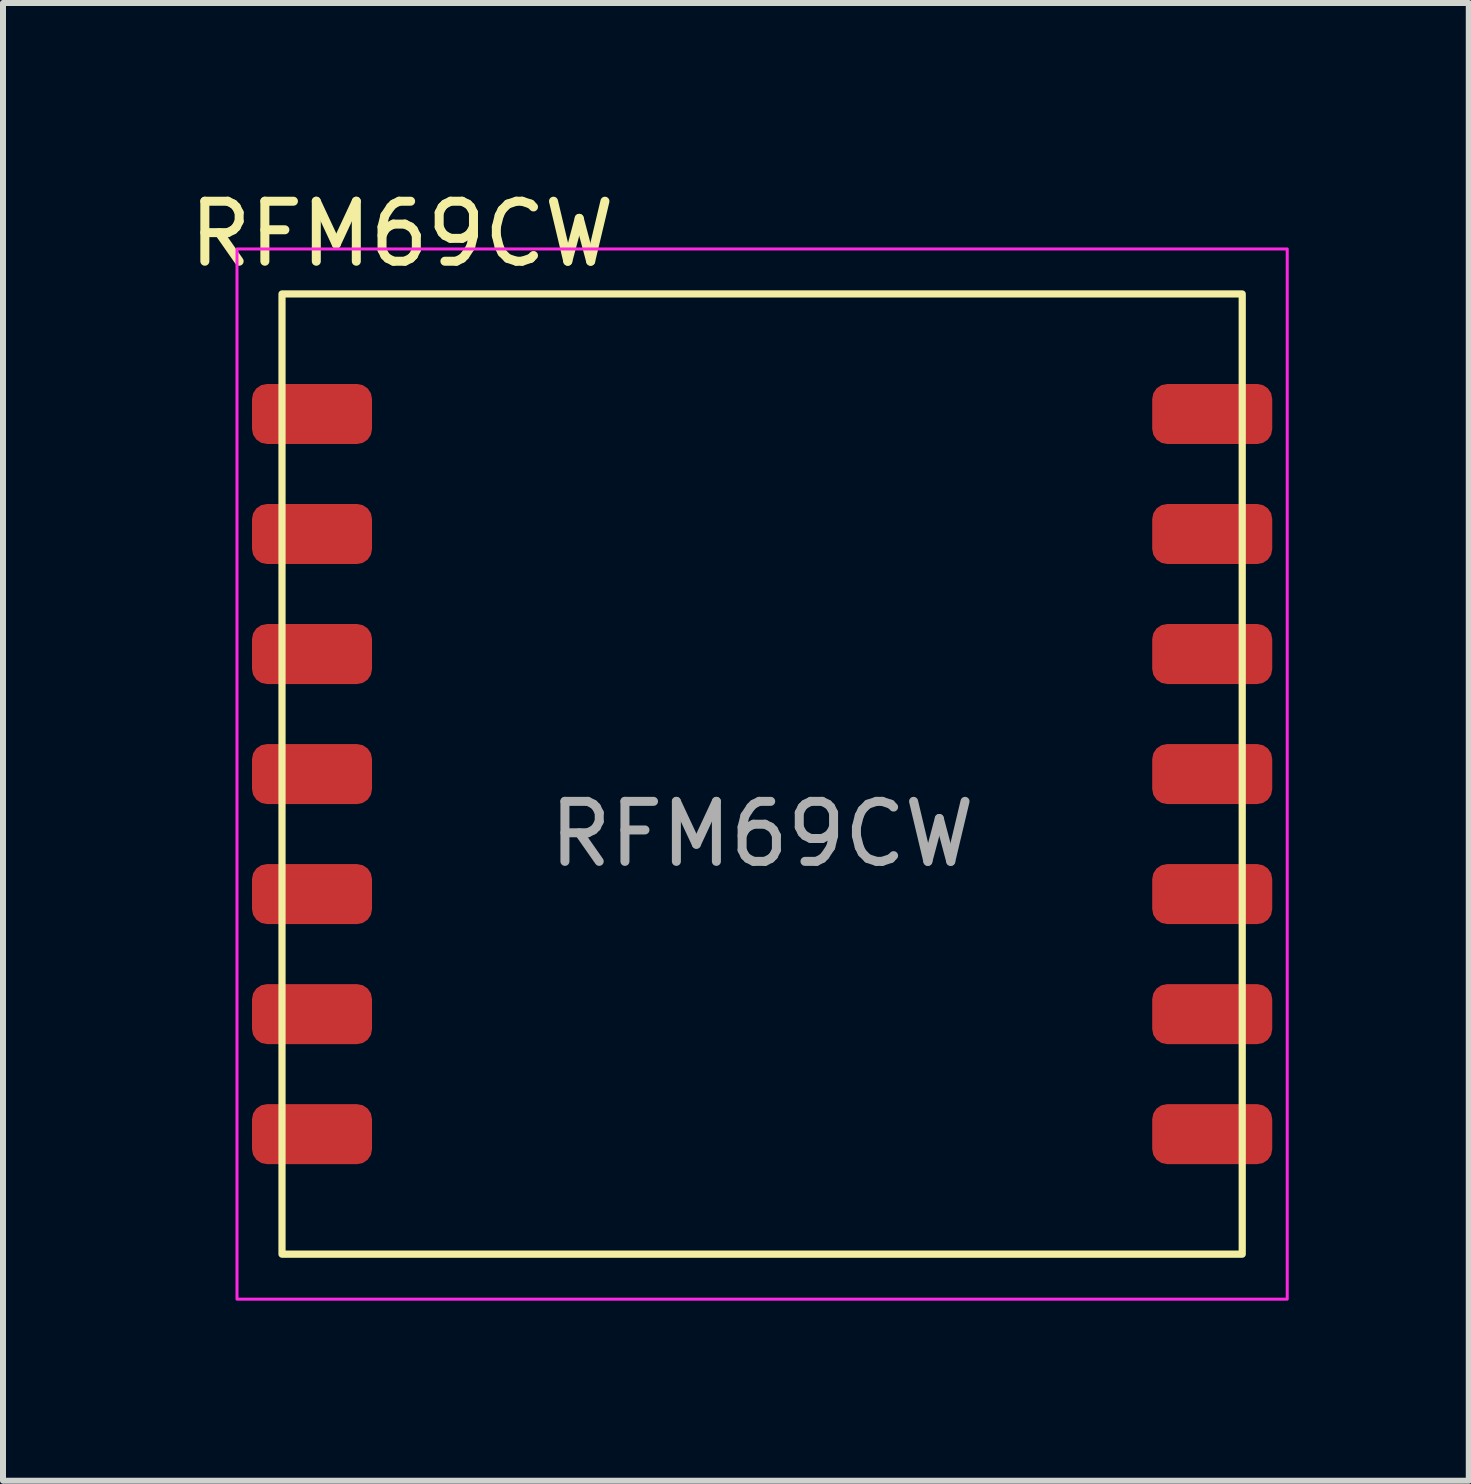
<source format=kicad_pcb>
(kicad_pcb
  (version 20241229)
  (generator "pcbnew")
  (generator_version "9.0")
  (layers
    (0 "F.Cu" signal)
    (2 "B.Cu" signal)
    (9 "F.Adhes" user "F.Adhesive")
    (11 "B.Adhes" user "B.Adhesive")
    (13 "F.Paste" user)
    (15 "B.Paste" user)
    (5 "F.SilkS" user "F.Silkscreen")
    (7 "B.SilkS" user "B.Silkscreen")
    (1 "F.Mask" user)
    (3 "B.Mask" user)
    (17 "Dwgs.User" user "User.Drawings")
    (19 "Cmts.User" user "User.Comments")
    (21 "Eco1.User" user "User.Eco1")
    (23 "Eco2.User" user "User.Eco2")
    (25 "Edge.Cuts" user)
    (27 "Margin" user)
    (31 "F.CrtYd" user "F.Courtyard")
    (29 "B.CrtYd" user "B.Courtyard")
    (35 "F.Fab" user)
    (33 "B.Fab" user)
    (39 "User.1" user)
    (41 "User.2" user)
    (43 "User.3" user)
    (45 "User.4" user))
  (footprint "RFM69CW"
    (layer "F.Cu")
    (at 9.649 9.848)
    (property "Reference" "RFM69CW" (at -6 -9 0) (layer "F.SilkS") (effects (font (size 1 1) (thickness 0.15))))
    (attr smd)
    (fp_rect (start -8 -8) (end 8 8) (stroke (width 0.12) (type solid)) (fill no) (layer "F.SilkS"))
    (fp_rect (start -8.75 -8.75) (end 8.75 8.75) (stroke (width 0.05) (type solid)) (fill no) (layer "F.CrtYd"))
    (fp_text user "${REFERENCE}" (at 0 1 0) (unlocked yes) (layer "F.Fab") (effects (font (size 1 1) (thickness 0.15))))
    (pad "1" smd roundrect (at -7.5 -6) (size 2 1) (layers "F.Cu" "F.Mask" "F.Paste") (roundrect_rratio 0.25))
    (pad "2" smd roundrect (at -7.5 -4) (size 2 1) (layers "F.Cu" "F.Mask" "F.Paste") (roundrect_rratio 0.25))
    (pad "3" smd roundrect (at -7.5 -2) (size 2 1) (layers "F.Cu" "F.Mask" "F.Paste") (roundrect_rratio 0.25))
    (pad "4" smd roundrect (at -7.5 0) (size 2 1) (layers "F.Cu" "F.Mask" "F.Paste") (roundrect_rratio 0.25))
    (pad "5" smd roundrect (at -7.5 2) (size 2 1) (layers "F.Cu" "F.Mask" "F.Paste") (roundrect_rratio 0.25))
    (pad "6" smd roundrect (at -7.5 4) (size 2 1) (layers "F.Cu" "F.Mask" "F.Paste") (roundrect_rratio 0.25))
    (pad "7" smd roundrect (at -7.5 6) (size 2 1) (layers "F.Cu" "F.Mask" "F.Paste") (roundrect_rratio 0.25))
    (pad "8" smd roundrect (at 7.5 6) (size 2 1) (layers "F.Cu" "F.Mask" "F.Paste") (roundrect_rratio 0.25))
    (pad "9" smd roundrect (at 7.5 4) (size 2 1) (layers "F.Cu" "F.Mask" "F.Paste") (roundrect_rratio 0.25))
    (pad "10" smd roundrect (at 7.5 2) (size 2 1) (layers "F.Cu" "F.Mask" "F.Paste") (roundrect_rratio 0.25))
    (pad "11" smd roundrect (at 7.5 0) (size 2 1) (layers "F.Cu" "F.Mask" "F.Paste") (roundrect_rratio 0.25))
    (pad "12" smd roundrect (at 7.5 -2) (size 2 1) (layers "F.Cu" "F.Mask" "F.Paste") (roundrect_rratio 0.25))
    (pad "13" smd roundrect (at 7.5 -4) (size 2 1) (layers "F.Cu" "F.Mask" "F.Paste") (roundrect_rratio 0.25))
    (pad "14" smd roundrect (at 7.5 -6) (size 2 1) (layers "F.Cu" "F.Mask" "F.Paste") (roundrect_rratio 0.25)))
  (gr_rect
    (start -3 -3)
    (end 21.424 21.623)
    (stroke (width 0.1) (type default))
    (fill no)
    (layer "Edge.Cuts")))
</source>
